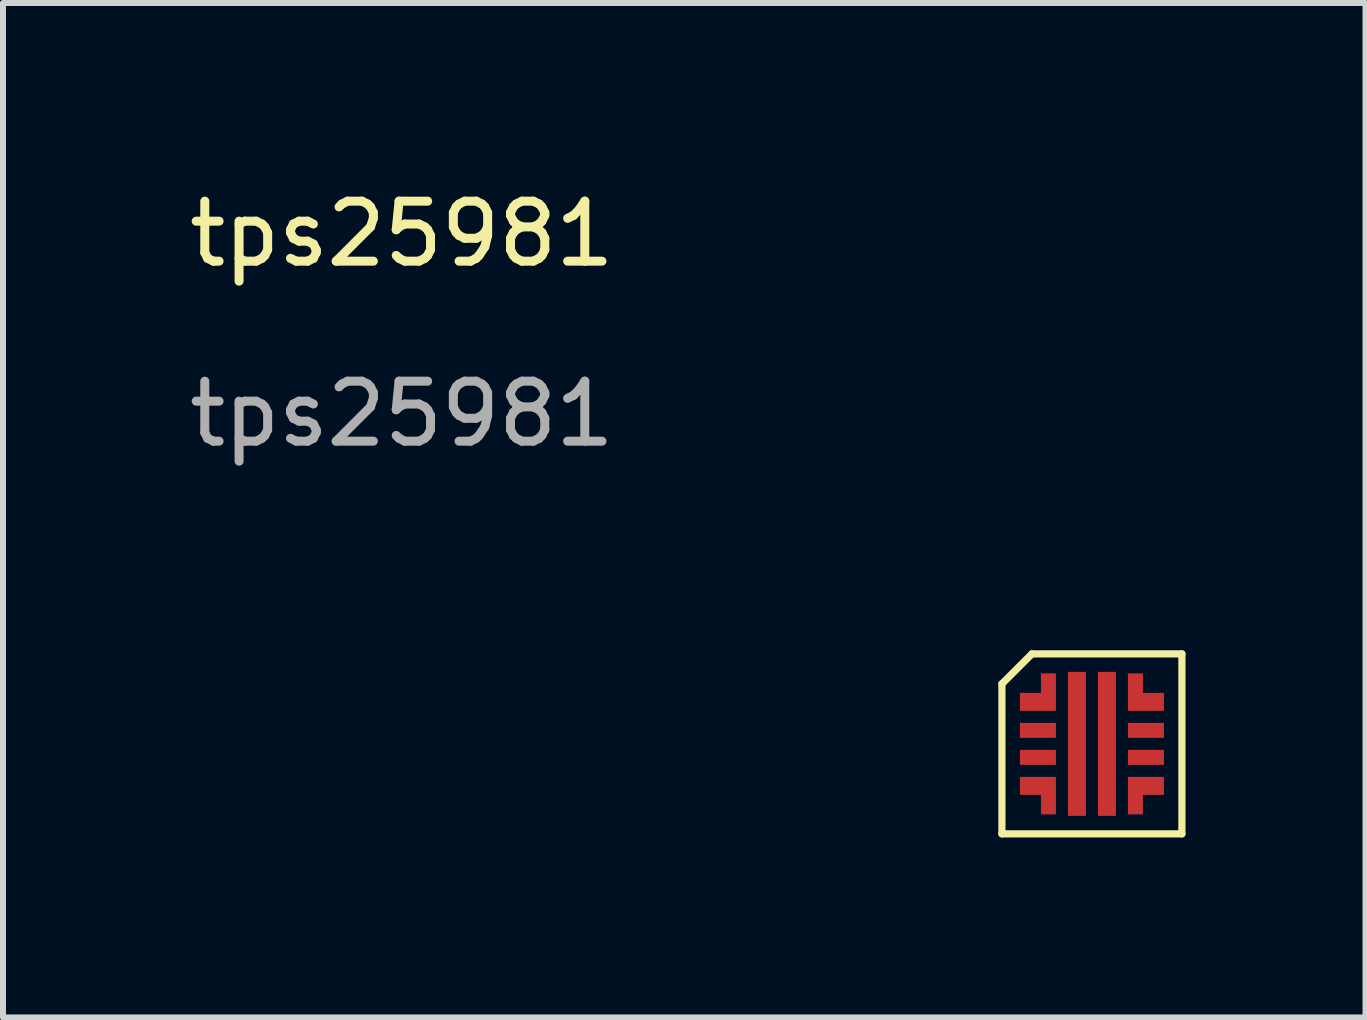
<source format=kicad_pcb>
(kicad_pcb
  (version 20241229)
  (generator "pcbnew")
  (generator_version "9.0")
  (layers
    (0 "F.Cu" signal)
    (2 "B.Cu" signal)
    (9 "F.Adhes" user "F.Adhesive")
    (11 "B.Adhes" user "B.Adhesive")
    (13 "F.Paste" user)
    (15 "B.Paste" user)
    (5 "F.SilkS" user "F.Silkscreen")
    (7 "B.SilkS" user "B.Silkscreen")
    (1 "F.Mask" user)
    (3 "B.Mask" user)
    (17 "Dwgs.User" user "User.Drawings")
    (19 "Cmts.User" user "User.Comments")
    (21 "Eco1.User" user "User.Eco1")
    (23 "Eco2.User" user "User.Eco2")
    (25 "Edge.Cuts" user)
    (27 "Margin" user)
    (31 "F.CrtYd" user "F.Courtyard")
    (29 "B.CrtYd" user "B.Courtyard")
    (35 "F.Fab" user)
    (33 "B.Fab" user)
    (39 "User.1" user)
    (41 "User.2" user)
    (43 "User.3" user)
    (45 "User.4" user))
  (footprint "tps25981"
    (layer "F.Cu")
    (at 15.149 9.348)
    (property "Reference" "tps25981" (at -11.5 -8.5 0) (unlocked yes) (layer "F.SilkS") (effects (font (size 1 1) (thickness 0.15))))
    (attr smd)
    (fp_line (start -1.5 -1) (end -1 -1.5) (stroke (width 0.12) (type default)) (layer "F.SilkS"))
    (fp_line (start -1.5 1.5) (end -1.5 -1) (stroke (width 0.12) (type default)) (layer "F.SilkS"))
    (fp_line (start -1 -1.5) (end 1.5 -1.5) (stroke (width 0.12) (type default)) (layer "F.SilkS"))
    (fp_line (start 1.5 -1.5) (end 1.5 1.5) (stroke (width 0.12) (type default)) (layer "F.SilkS"))
    (fp_line (start 1.5 1.5) (end -1.5 1.5) (stroke (width 0.12) (type default)) (layer "F.SilkS"))
    (fp_text user "${REFERENCE}" (at -11.5 -5.5 0) (unlocked yes) (layer "F.Fab") (effects (font (size 1 1) (thickness 0.15))))
    (pad "1" smd custom (at -0.9 -0.7) (size 0.6 0.3) (layers "F.Cu" "F.Mask" "F.Paste") (options (anchor rect)) (primitives (gr_rect (start 0.05 -0.475) (end 0.3 0.125) (width 0) (fill yes))))
    (pad "2" smd rect (at -0.9 -0.225) (size 0.6 0.25) (layers "F.Cu" "F.Mask" "F.Paste"))
    (pad "3" smd rect (at -0.9 0.225) (size 0.6 0.25) (layers "F.Cu" "F.Mask" "F.Paste"))
    (pad "4" smd custom (at -0.9 0.7 180) (size 0.6 0.3) (layers "F.Cu" "F.Mask" "F.Paste") (options (anchor rect)) (primitives (gr_rect (start -0.3 -0.475) (end -0.05 0.125) (width 0) (fill yes))))
    (pad "5" smd rect (at -0.25 0 270) (size 2.4 0.3) (layers "F.Cu" "F.Mask" "F.Paste"))
    (pad "6" smd rect (at 0.25 0 270) (size 2.4 0.3) (layers "F.Cu" "F.Mask" "F.Paste"))
    (pad "7" smd custom (at 0.9 0.7) (size 0.6 0.3) (layers "F.Cu" "F.Mask" "F.Paste") (options (anchor rect)) (primitives (gr_rect (start -0.3 -0.125) (end -0.05 0.475) (width 0) (fill yes))))
    (pad "8" smd rect (at 0.9 0.225) (size 0.6 0.25) (layers "F.Cu" "F.Mask" "F.Paste"))
    (pad "9" smd rect (at 0.9 -0.225) (size 0.6 0.25) (layers "F.Cu" "F.Mask" "F.Paste"))
    (pad "10" smd custom (at 0.9 -0.7) (size 0.6 0.3) (layers "F.Cu" "F.Mask" "F.Paste") (options (anchor rect)) (primitives (gr_rect (start -0.3 -0.475) (end -0.05 0.125) (width 0) (fill yes)))))
  (gr_rect
    (start -3 -3)
    (end 19.709 13.908)
    (stroke (width 0.1) (type default))
    (fill no)
    (layer "Edge.Cuts")))
</source>
